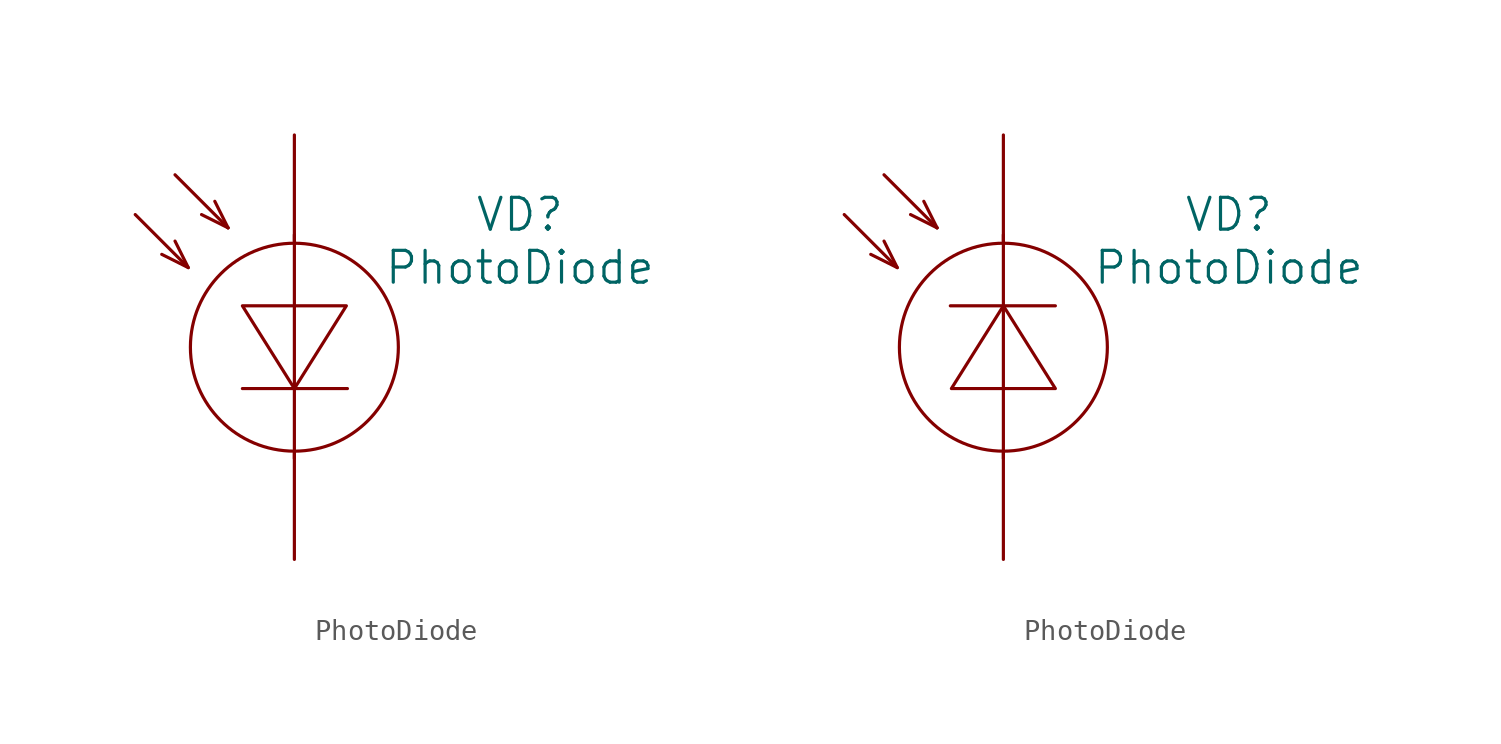
<source format=kicad_sym>
(kicad_symbol_lib
  (version 20220914)
  (generator kicad_symbol_editor)
  (symbol "PhotoDiode"
    (pin_numbers hide)
    (pin_names
      (offset 1.016) hide)
    (property "Reference" "VD"
      (at 10.795 6.35 0)
      (effects (font (size 1.524 1.524))))
    (property "Value" "PhotoDiode"
      (at 10.795 3.81 0)
      (effects (font (size 1.524 1.524))))
    (property "Footprint" ""
      (at 0 0 0)
      (effects (font (size 1.524 1.524))))
    (property "Datasheet" ""
      (at 10.795 6.35 0)
      (effects (font (size 1.524 1.524))))
    (symbol "PhotoDiode_0_0"
      (polyline (pts (xy -7.62 6.35) (xy -5.08 3.81) (xy -5.08 3.81)) (stroke (width 0) (type solid)) (fill (type none)))
      (polyline (pts (xy -5.715 8.255) (xy -3.175 5.715) (xy -3.175 5.715)) (stroke (width 0) (type solid)) (fill (type none)))
      (polyline (pts (xy -3.175 5.715) (xy -4.445 6.35) (xy -4.445 6.35)) (stroke (width 0) (type solid)) (fill (type none)))
      (polyline (pts (xy -3.175 5.715) (xy -3.81 6.985) (xy -3.81 6.985)) (stroke (width 0) (type solid)) (fill (type none)))
      (polyline (pts (xy -5.715 5.08) (xy -5.08 3.81) (xy -6.35 4.445) (xy -6.35 4.445)) (stroke (width 0) (type solid)) (fill (type none)))
      (circle (center 0 0) (radius 4.978) (stroke (width 0) (type solid)) (fill (type none))))
    (symbol "PhotoDiode_0_1"
      (polyline (pts (xy 0 -5.334) (xy 0 5.385)) (stroke (width 0) (type solid)) (fill (type none)))
      (polyline (pts (xy -2.489 -1.981) (xy 2.489 -1.981) (xy 2.54 -1.981)) (stroke (width 0) (type solid)) (fill (type none)))
      (polyline (pts (xy 0 -1.981) (xy -2.489 1.981) (xy 2.489 1.981) (xy 0 -1.981)) (stroke (width 0) (type solid)) (fill (type none))))
    (symbol "PhotoDiode_0_2"
      (polyline (pts (xy 0 -5.334) (xy 0 5.385)) (stroke (width 0) (type solid)) (fill (type none)))
      (polyline (pts (xy 2.489 1.981) (xy -2.489 1.981) (xy -2.54 1.981)) (stroke (width 0) (type solid)) (fill (type none)))
      (polyline (pts (xy 0 1.981) (xy 2.489 -1.981) (xy -2.489 -1.981) (xy 0 1.981)) (stroke (width 0) (type solid)) (fill (type none))))
    (symbol "PhotoDiode_1_1"
      (pin passive line (at 0 10.16 270) (length 5.08) (name "A" (effects (font (size 1.27 1.27)))) (number "A" (effects (font (size 1.27 1.27)))))
      (pin passive line (at 0 -10.16 90) (length 5.08) (name "C" (effects (font (size 1.27 1.27)))) (number "C" (effects (font (size 1.27 1.27))))))
    (symbol "PhotoDiode_1_2"
      (pin passive line (at 0 -10.16 90) (length 5.08) (name "A" (effects (font (size 1.27 1.27)))) (number "A" (effects (font (size 1.27 1.27)))))
      (pin passive line (at 0 10.16 270) (length 5.08) (name "C" (effects (font (size 1.27 1.27)))) (number "C" (effects (font (size 1.27 1.27))))))))
</source>
